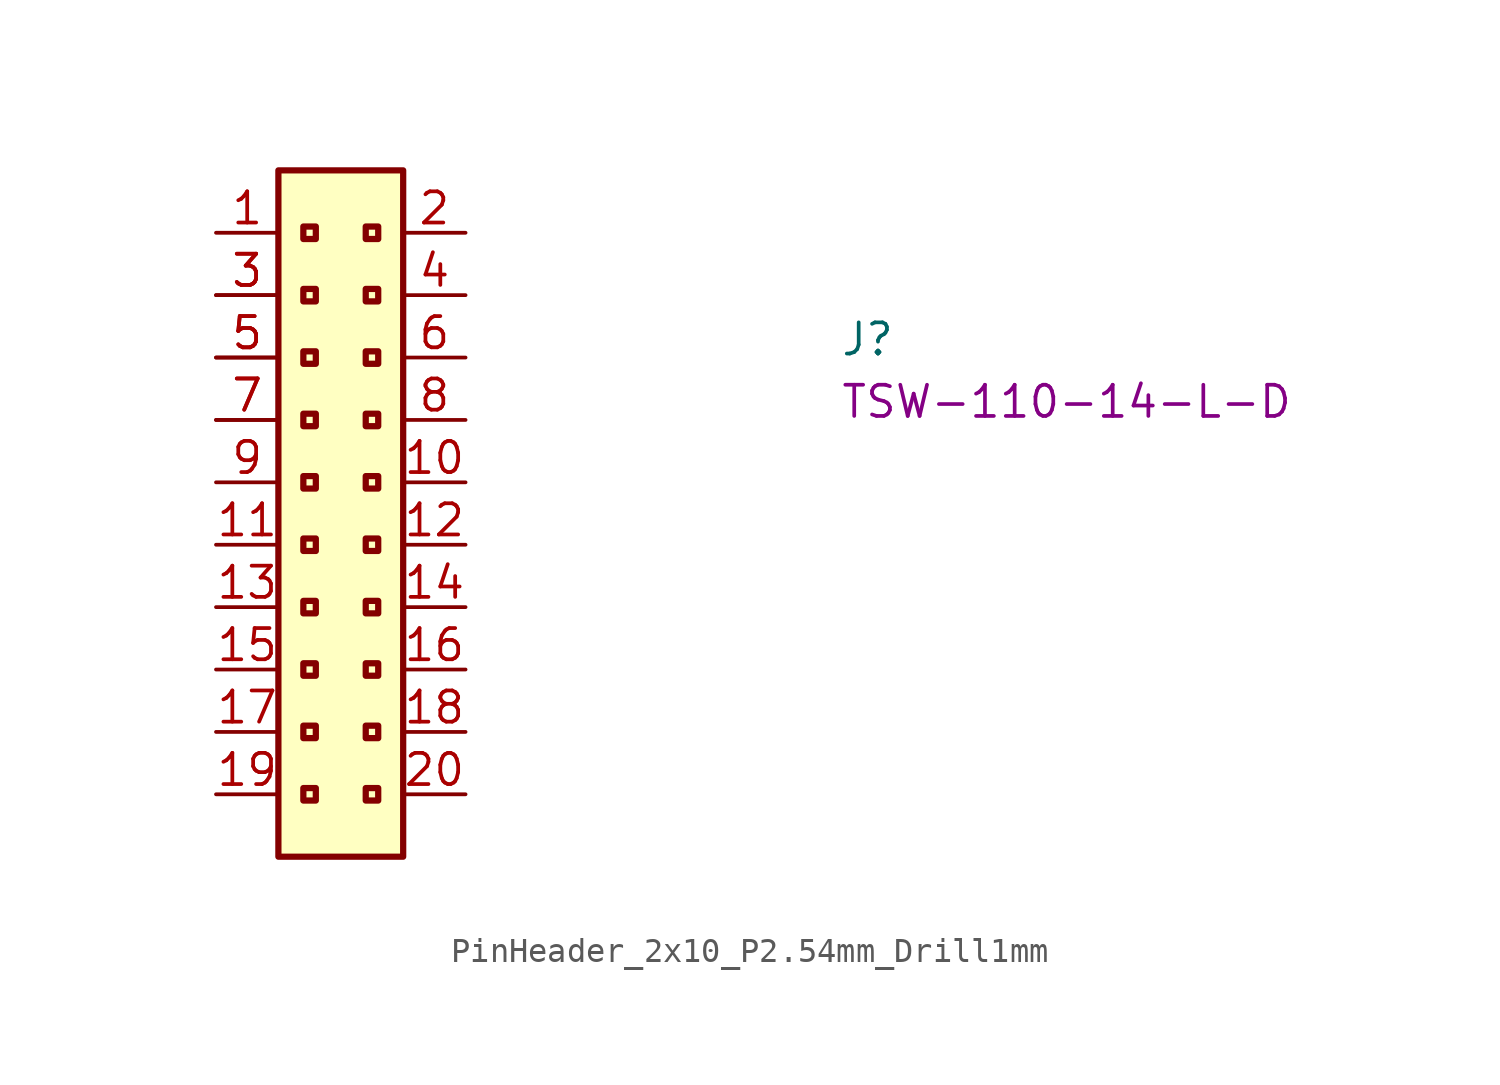
<source format=kicad_sym>
(kicad_symbol_lib
  (version 20220914)
  (generator kicad_symbol_editor)
  (symbol "PinHeader_2x10_P2.54mm_Drill1mm"
    (property "Reference" "J"
      (at 25.4 -5.08 0)
      (effects (font (size 1.27 1.27) (thickness 0.15)) (justify left bottom)))
    (property "MPN" "TSW-110-14-L-D"
      (at 25.4 -7.62 0)
      (effects (font (size 1.27 1.27) (thickness 0.15)) (justify left bottom)))
    (symbol "PinHeader_2x10_P2.54mm_Drill1mm_1_1"
      (rectangle (start 2.54 2.54) (end 7.62 -25.4) (stroke (width 0.254) (type default)) (fill (type background)))
      (rectangle (start 3.556 -22.606) (end 4.064 -23.114) (stroke (width 0.254) (type default)) (fill (type background)))
      (rectangle (start 3.556 -20.066) (end 4.064 -20.574) (stroke (width 0.254) (type default)) (fill (type background)))
      (rectangle (start 3.556 -17.526) (end 4.064 -18.034) (stroke (width 0.254) (type default)) (fill (type background)))
      (rectangle (start 3.556 -14.986) (end 4.064 -15.494) (stroke (width 0.254) (type default)) (fill (type background)))
      (rectangle (start 3.556 -12.446) (end 4.064 -12.954) (stroke (width 0.254) (type default)) (fill (type background)))
      (rectangle (start 3.556 -9.906) (end 4.064 -10.414) (stroke (width 0.254) (type default)) (fill (type background)))
      (rectangle (start 3.556 -7.366) (end 4.064 -7.874) (stroke (width 0.254) (type default)) (fill (type background)))
      (rectangle (start 3.556 -4.826) (end 4.064 -5.334) (stroke (width 0.254) (type default)) (fill (type background)))
      (rectangle (start 3.556 -2.286) (end 4.064 -2.794) (stroke (width 0.254) (type default)) (fill (type background)))
      (rectangle (start 3.556 0.254) (end 4.064 -0.254) (stroke (width 0.254) (type default)) (fill (type background)))
      (rectangle (start 6.096 -22.606) (end 6.604 -23.114) (stroke (width 0.254) (type default)) (fill (type background)))
      (rectangle (start 6.096 -20.066) (end 6.604 -20.574) (stroke (width 0.254) (type default)) (fill (type background)))
      (rectangle (start 6.096 -17.526) (end 6.604 -18.034) (stroke (width 0.254) (type default)) (fill (type background)))
      (rectangle (start 6.096 -14.986) (end 6.604 -15.494) (stroke (width 0.254) (type default)) (fill (type background)))
      (rectangle (start 6.096 -12.446) (end 6.604 -12.954) (stroke (width 0.254) (type default)) (fill (type background)))
      (rectangle (start 6.096 -9.906) (end 6.604 -10.414) (stroke (width 0.254) (type default)) (fill (type background)))
      (rectangle (start 6.096 -7.366) (end 6.604 -7.874) (stroke (width 0.254) (type default)) (fill (type background)))
      (rectangle (start 6.096 -4.826) (end 6.604 -5.334) (stroke (width 0.254) (type default)) (fill (type background)))
      (rectangle (start 6.096 -2.286) (end 6.604 -2.794) (stroke (width 0.254) (type default)) (fill (type background)))
      (rectangle (start 6.096 0.254) (end 6.604 -0.254) (stroke (width 0.254) (type default)) (fill (type background)))
      (pin passive line (at 0 0 0) (length 2.54) (name "~" (effects (font (size 1.27 1.27)))) (number "1" (effects (font (size 1.27 1.27)))))
      (pin passive line (at 10.16 -10.16 180) (length 2.54) (name "~" (effects (font (size 1.27 1.27)))) (number "10" (effects (font (size 1.27 1.27)))))
      (pin passive line (at 0 -12.7 0) (length 2.54) (name "~" (effects (font (size 1.27 1.27)))) (number "11" (effects (font (size 1.27 1.27)))))
      (pin passive line (at 10.16 -12.7 180) (length 2.54) (name "~" (effects (font (size 1.27 1.27)))) (number "12" (effects (font (size 1.27 1.27)))))
      (pin passive line (at 0 -15.24 0) (length 2.54) (name "~" (effects (font (size 1.27 1.27)))) (number "13" (effects (font (size 1.27 1.27)))))
      (pin passive line (at 10.16 -15.24 180) (length 2.54) (name "~" (effects (font (size 1.27 1.27)))) (number "14" (effects (font (size 1.27 1.27)))))
      (pin passive line (at 0 -17.78 0) (length 2.54) (name "~" (effects (font (size 1.27 1.27)))) (number "15" (effects (font (size 1.27 1.27)))))
      (pin passive line (at 10.16 -17.78 180) (length 2.54) (name "~" (effects (font (size 1.27 1.27)))) (number "16" (effects (font (size 1.27 1.27)))))
      (pin passive line (at 0 -20.32 0) (length 2.54) (name "~" (effects (font (size 1.27 1.27)))) (number "17" (effects (font (size 1.27 1.27)))))
      (pin passive line (at 10.16 -20.32 180) (length 2.54) (name "~" (effects (font (size 1.27 1.27)))) (number "18" (effects (font (size 1.27 1.27)))))
      (pin passive line (at 0 -22.86 0) (length 2.54) (name "~" (effects (font (size 1.27 1.27)))) (number "19" (effects (font (size 1.27 1.27)))))
      (pin passive line (at 10.16 0 180) (length 2.54) (name "~" (effects (font (size 1.27 1.27)))) (number "2" (effects (font (size 1.27 1.27)))))
      (pin passive line (at 10.16 -22.86 180) (length 2.54) (name "~" (effects (font (size 1.27 1.27)))) (number "20" (effects (font (size 1.27 1.27)))))
      (pin passive line (at 0 -2.54 0) (length 2.54) (name "~" (effects (font (size 1.27 1.27)))) (number "3" (effects (font (size 1.27 1.27)))))
      (pin passive line (at 0 -2.54 0) (length 2.54) (name "~" (effects (font (size 1.27 1.27)))) (number "3" (effects (font (size 1.27 1.27)))))
      (pin passive line (at 10.16 -2.54 180) (length 2.54) (name "~" (effects (font (size 1.27 1.27)))) (number "4" (effects (font (size 1.27 1.27)))))
      (pin passive line (at 0 -5.08 0) (length 2.54) (name "~" (effects (font (size 1.27 1.27)))) (number "5" (effects (font (size 1.27 1.27)))))
      (pin passive line (at 0 -5.08 0) (length 2.54) (name "~" (effects (font (size 1.27 1.27)))) (number "5" (effects (font (size 1.27 1.27)))))
      (pin passive line (at 10.16 -5.08 180) (length 2.54) (name "~" (effects (font (size 1.27 1.27)))) (number "6" (effects (font (size 1.27 1.27)))))
      (pin passive line (at 0 -7.62 0) (length 2.54) (name "~" (effects (font (size 1.27 1.27)))) (number "7" (effects (font (size 1.27 1.27)))))
      (pin passive line (at 0 -7.62 0) (length 2.54) (name "~" (effects (font (size 1.27 1.27)))) (number "7" (effects (font (size 1.27 1.27)))))
      (pin passive line (at 10.16 -7.62 180) (length 2.54) (name "~" (effects (font (size 1.27 1.27)))) (number "8" (effects (font (size 1.27 1.27)))))
      (pin passive line (at 0 -10.16 0) (length 2.54) (name "~" (effects (font (size 1.27 1.27)))) (number "9" (effects (font (size 1.27 1.27))))))))
</source>
